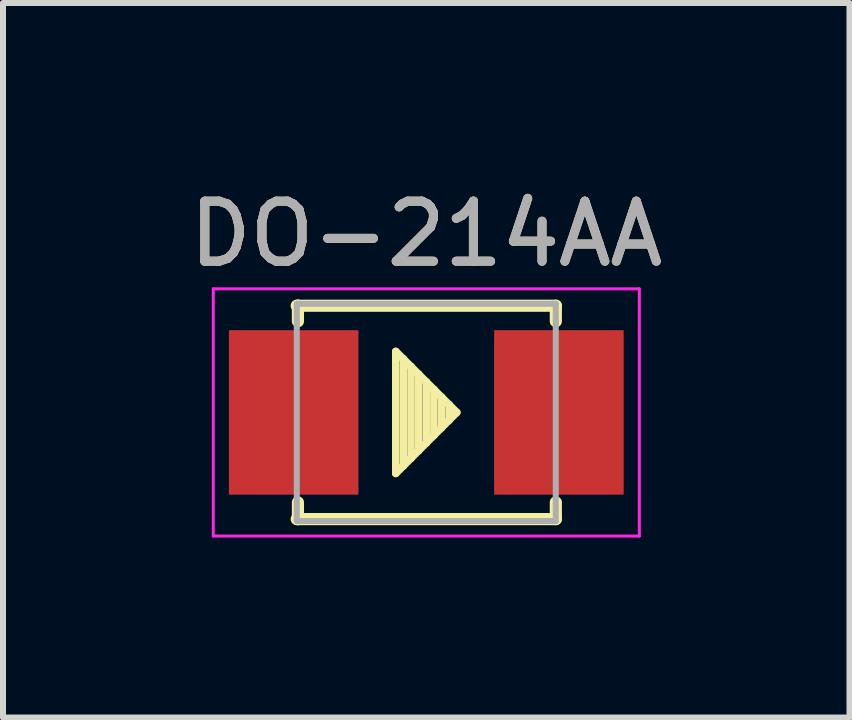
<source format=kicad_pcb>
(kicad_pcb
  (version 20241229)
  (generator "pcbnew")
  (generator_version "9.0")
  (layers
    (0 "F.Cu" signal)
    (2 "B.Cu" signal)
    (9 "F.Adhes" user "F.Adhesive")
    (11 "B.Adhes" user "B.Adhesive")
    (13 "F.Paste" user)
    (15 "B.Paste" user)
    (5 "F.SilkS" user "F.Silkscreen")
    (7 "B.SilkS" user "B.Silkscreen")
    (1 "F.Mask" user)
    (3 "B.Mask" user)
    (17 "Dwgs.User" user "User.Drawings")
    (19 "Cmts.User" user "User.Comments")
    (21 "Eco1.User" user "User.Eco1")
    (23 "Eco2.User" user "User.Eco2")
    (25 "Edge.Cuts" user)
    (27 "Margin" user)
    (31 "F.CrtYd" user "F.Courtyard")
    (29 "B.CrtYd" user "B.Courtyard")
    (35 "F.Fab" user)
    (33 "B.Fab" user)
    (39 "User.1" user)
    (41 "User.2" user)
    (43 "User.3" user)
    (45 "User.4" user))
  (footprint "DO-214AA"
    (layer "F.Cu")
    (at 4.054 3.823)
    (property "Reference" "DO-214AA" (at 0 -2.975 0) (layer "F.SilkS") (effects (font (size 1 1) (thickness 0.15))))
    (attr smd)
    (fp_line (start -2.159 -1.778) (end -2.139 -1.778) (stroke (width 0.203) (type solid)) (layer "F.SilkS"))
    (fp_line (start -2.139 -1.778) (end 2.159 -1.778) (stroke (width 0.203) (type solid)) (layer "F.SilkS"))
    (fp_line (start -2.139 -1.519) (end -2.139 -1.778) (stroke (width 0.203) (type solid)) (layer "F.SilkS"))
    (fp_line (start -2.139 1.778) (end -2.159 1.778) (stroke (width 0.203) (type solid)) (layer "F.SilkS"))
    (fp_line (start -2.139 1.778) (end -2.139 1.499) (stroke (width 0.203) (type solid)) (layer "F.SilkS"))
    (fp_line (start -0.508 -1.016) (end -0.381 -0.889) (stroke (width 0.127) (type solid)) (layer "F.SilkS"))
    (fp_line (start -0.508 1.016) (end -0.508 -1.016) (stroke (width 0.127) (type solid)) (layer "F.SilkS"))
    (fp_line (start -0.381 -0.889) (end -0.381 0.889) (stroke (width 0.127) (type solid)) (layer "F.SilkS"))
    (fp_line (start -0.381 -0.889) (end -0.254 -0.762) (stroke (width 0.127) (type solid)) (layer "F.SilkS"))
    (fp_line (start -0.381 0.889) (end -0.508 1.016) (stroke (width 0.127) (type solid)) (layer "F.SilkS"))
    (fp_line (start -0.381 0.889) (end -0.254 0.762) (stroke (width 0.127) (type solid)) (layer "F.SilkS"))
    (fp_line (start -0.254 -0.762) (end -0.127 -0.635) (stroke (width 0.127) (type solid)) (layer "F.SilkS"))
    (fp_line (start -0.254 0.762) (end -0.254 -0.762) (stroke (width 0.127) (type solid)) (layer "F.SilkS"))
    (fp_line (start -0.254 0.762) (end -0.127 0.635) (stroke (width 0.127) (type solid)) (layer "F.SilkS"))
    (fp_line (start -0.127 -0.635) (end -0.127 0.635) (stroke (width 0.127) (type solid)) (layer "F.SilkS"))
    (fp_line (start -0.127 -0.635) (end 0 -0.508) (stroke (width 0.127) (type solid)) (layer "F.SilkS"))
    (fp_line (start -0.127 0.635) (end 0 0.508) (stroke (width 0.127) (type solid)) (layer "F.SilkS"))
    (fp_line (start 0 -0.508) (end 0.127 -0.381) (stroke (width 0.127) (type solid)) (layer "F.SilkS"))
    (fp_line (start 0 0.508) (end 0 -0.508) (stroke (width 0.127) (type solid)) (layer "F.SilkS"))
    (fp_line (start 0 0.508) (end 0.127 0.381) (stroke (width 0.127) (type solid)) (layer "F.SilkS"))
    (fp_line (start 0.127 -0.381) (end 0.127 0.381) (stroke (width 0.127) (type solid)) (layer "F.SilkS"))
    (fp_line (start 0.127 -0.381) (end 0.254 -0.254) (stroke (width 0.127) (type solid)) (layer "F.SilkS"))
    (fp_line (start 0.254 -0.254) (end 0.381 -0.127) (stroke (width 0.127) (type solid)) (layer "F.SilkS"))
    (fp_line (start 0.254 0.254) (end 0.127 0.381) (stroke (width 0.127) (type solid)) (layer "F.SilkS"))
    (fp_line (start 0.254 0.254) (end 0.254 -0.254) (stroke (width 0.127) (type solid)) (layer "F.SilkS"))
    (fp_line (start 0.381 -0.127) (end 0.381 0.127) (stroke (width 0.127) (type solid)) (layer "F.SilkS"))
    (fp_line (start 0.381 -0.127) (end 0.508 0) (stroke (width 0.127) (type solid)) (layer "F.SilkS"))
    (fp_line (start 0.381 0.127) (end 0.254 0.254) (stroke (width 0.127) (type solid)) (layer "F.SilkS"))
    (fp_line (start 0.508 0) (end 0.381 0.127) (stroke (width 0.127) (type solid)) (layer "F.SilkS"))
    (fp_line (start 2.159 -1.519) (end 2.159 -1.778) (stroke (width 0.203) (type solid)) (layer "F.SilkS"))
    (fp_line (start 2.159 1.778) (end -2.139 1.778) (stroke (width 0.203) (type solid)) (layer "F.SilkS"))
    (fp_line (start 2.159 1.778) (end 2.159 1.499) (stroke (width 0.203) (type solid)) (layer "F.SilkS"))
    (fp_line (start -3.55 -2.06) (end 3.55 -2.06) (stroke (width 0.05) (type solid)) (layer "F.CrtYd"))
    (fp_line (start -3.55 2.06) (end -3.55 -2.06) (stroke (width 0.05) (type solid)) (layer "F.CrtYd"))
    (fp_line (start 3.55 -2.06) (end 3.55 2.06) (stroke (width 0.05) (type solid)) (layer "F.CrtYd"))
    (fp_line (start 3.55 2.06) (end -3.55 2.06) (stroke (width 0.05) (type solid)) (layer "F.CrtYd"))
    (fp_line (start -2.158 -1.81) (end 2.158 -1.81) (stroke (width 0.1) (type solid)) (layer "F.Fab"))
    (fp_line (start -2.158 1.81) (end -2.158 -1.81) (stroke (width 0.1) (type solid)) (layer "F.Fab"))
    (fp_line (start 2.158 -1.81) (end 2.158 1.81) (stroke (width 0.1) (type solid)) (layer "F.Fab"))
    (fp_line (start 2.158 1.81) (end -2.158 1.81) (stroke (width 0.1) (type solid)) (layer "F.Fab"))
    (fp_text user "${REFERENCE}" (at 0 -2.975 0) (layer "F.Fab") (effects (font (size 1 1) (thickness 0.15))))
    (pad "1" smd rect (at -2.21 0 270) (size 2.741 2.159) (layers "F.Cu" "F.Mask" "F.Paste"))
    (pad "2" smd rect (at 2.21 0 270) (size 2.741 2.159) (layers "F.Cu" "F.Mask" "F.Paste")))
  (gr_rect
    (start -3 -3)
    (end 11.107 8.908)
    (stroke (width 0.1) (type default))
    (fill no)
    (layer "Edge.Cuts")))
</source>
